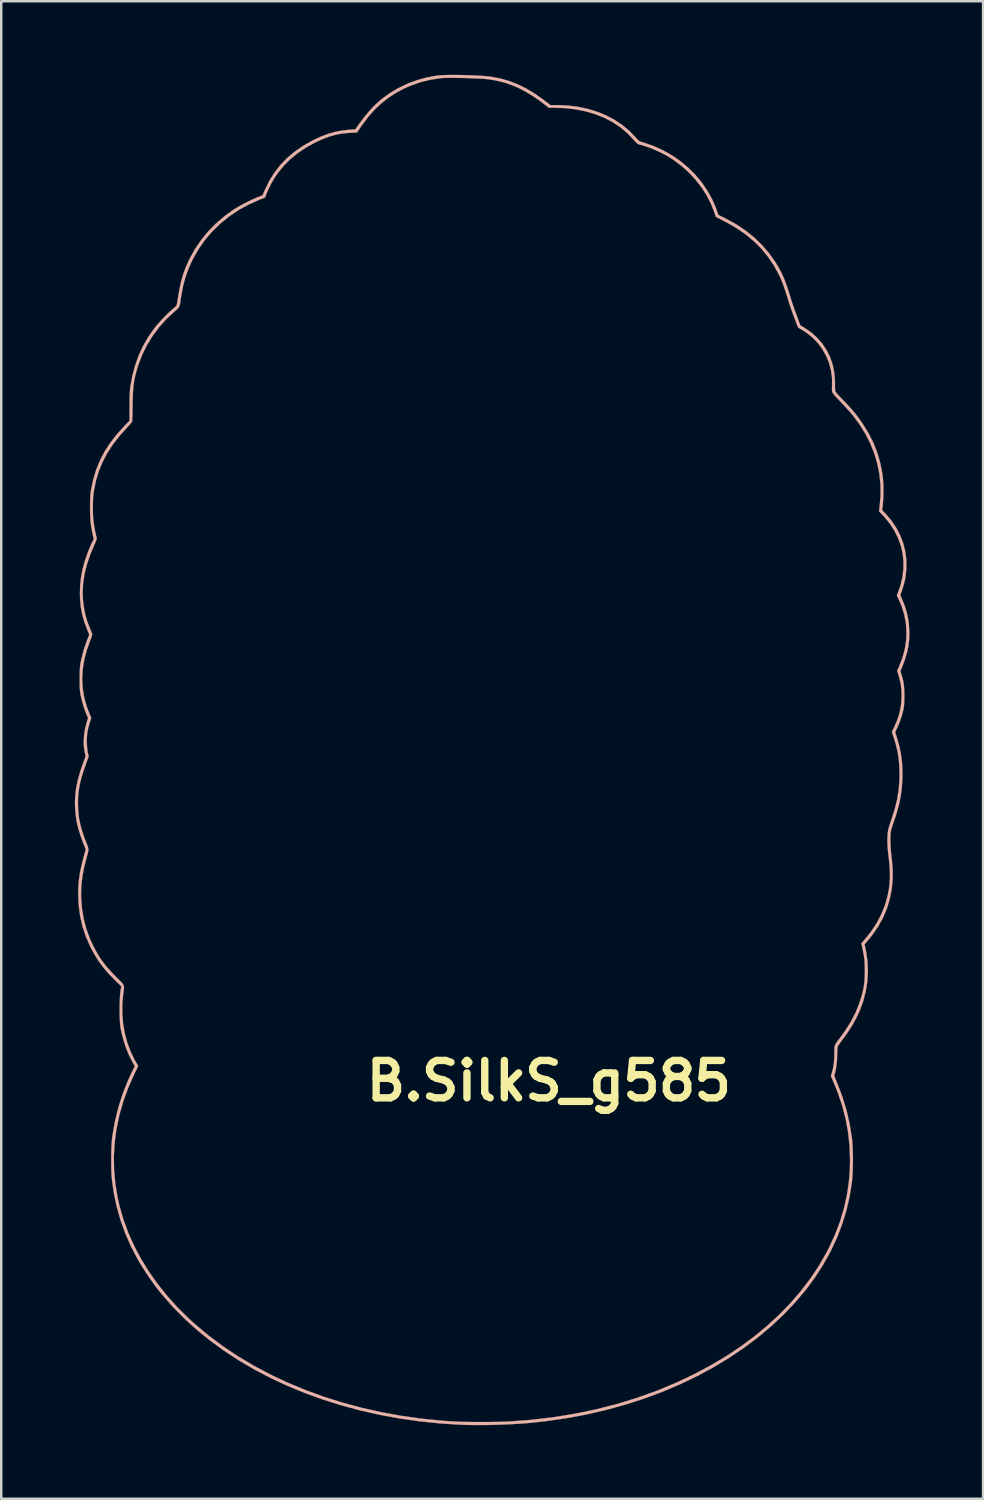
<source format=kicad_pcb>
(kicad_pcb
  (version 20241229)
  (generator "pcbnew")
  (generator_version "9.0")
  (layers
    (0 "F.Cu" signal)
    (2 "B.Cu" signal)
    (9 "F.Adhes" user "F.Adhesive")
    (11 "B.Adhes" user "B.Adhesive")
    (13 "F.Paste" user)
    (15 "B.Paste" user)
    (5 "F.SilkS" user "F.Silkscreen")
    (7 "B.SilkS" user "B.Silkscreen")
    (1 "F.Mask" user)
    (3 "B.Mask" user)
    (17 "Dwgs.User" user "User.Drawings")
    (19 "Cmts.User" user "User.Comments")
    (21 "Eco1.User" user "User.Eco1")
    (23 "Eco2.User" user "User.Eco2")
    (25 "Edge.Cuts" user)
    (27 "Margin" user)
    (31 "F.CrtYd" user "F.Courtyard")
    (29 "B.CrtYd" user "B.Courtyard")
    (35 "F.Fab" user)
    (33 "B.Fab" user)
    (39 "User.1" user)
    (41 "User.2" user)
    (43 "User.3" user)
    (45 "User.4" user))
  (footprint "B.SilkS_g585"
    (layer "F.Cu")
    (at 19.321 41.007)
    (property "Reference" "B.SilkS_g585" (at 0 0 0) (layer "F.SilkS") (effects (font (size 1.524 1.524) (thickness 0.3))))
    (attr through_hole)
    (fp_poly (pts (xy -3.639 -41) (xy -3.411 -40.995) (xy -3.183 -40.988) (xy -2.963 -40.978) (xy -2.756 -40.967) (xy -2.569 -40.952) (xy -2.411 -40.936) (xy -2.321 -40.924) (xy -1.956 -40.852) (xy -1.604 -40.75) (xy -1.261 -40.616) (xy -0.922 -40.449) (xy -0.583 -40.245) (xy -0.239 -40.004) (xy -0.157 -39.942) (xy 0.062 -39.772) (xy 0.345 -39.772) (xy 0.778 -39.755) (xy 1.197 -39.702) (xy 1.6 -39.616) (xy 1.984 -39.497) (xy 2.348 -39.347) (xy 2.688 -39.165) (xy 3.002 -38.954) (xy 3.289 -38.714) (xy 3.539 -38.452) (xy 3.6 -38.383) (xy 3.647 -38.336) (xy 3.692 -38.304) (xy 3.748 -38.28) (xy 3.828 -38.254) (xy 3.867 -38.243) (xy 4.27 -38.104) (xy 4.656 -37.93) (xy 5.022 -37.722) (xy 5.365 -37.484) (xy 5.685 -37.217) (xy 5.977 -36.924) (xy 6.239 -36.608) (xy 6.47 -36.269) (xy 6.666 -35.912) (xy 6.825 -35.537) (xy 6.839 -35.496) (xy 6.91 -35.295) (xy 7.224 -35.14) (xy 7.638 -34.912) (xy 8.022 -34.655) (xy 8.375 -34.37) (xy 8.697 -34.058) (xy 8.986 -33.719) (xy 9.243 -33.354) (xy 9.311 -33.242) (xy 9.401 -33.086) (xy 9.481 -32.931) (xy 9.556 -32.769) (xy 9.628 -32.594) (xy 9.699 -32.4) (xy 9.772 -32.18) (xy 9.85 -31.927) (xy 9.875 -31.845) (xy 9.9 -31.766) (xy 9.936 -31.656) (xy 9.982 -31.527) (xy 10.032 -31.386) (xy 10.083 -31.245) (xy 10.09 -31.226) (xy 10.249 -30.798) (xy 10.411 -30.7) (xy 10.689 -30.508) (xy 10.934 -30.29) (xy 11.146 -30.048) (xy 11.322 -29.783) (xy 11.463 -29.498) (xy 11.567 -29.193) (xy 11.633 -28.871) (xy 11.661 -28.534) (xy 11.661 -28.417) (xy 11.661 -28.28) (xy 11.665 -28.182) (xy 11.674 -28.117) (xy 11.684 -28.087) (xy 11.707 -28.057) (xy 11.755 -28.001) (xy 11.822 -27.927) (xy 11.905 -27.838) (xy 11.998 -27.741) (xy 12.021 -27.717) (xy 12.186 -27.545) (xy 12.326 -27.391) (xy 12.449 -27.247) (xy 12.562 -27.105) (xy 12.672 -26.955) (xy 12.787 -26.789) (xy 12.805 -26.761) (xy 13.04 -26.378) (xy 13.234 -25.99) (xy 13.389 -25.593) (xy 13.508 -25.183) (xy 13.591 -24.756) (xy 13.601 -24.691) (xy 13.619 -24.517) (xy 13.631 -24.314) (xy 13.635 -24.096) (xy 13.633 -23.876) (xy 13.624 -23.668) (xy 13.61 -23.5) (xy 13.583 -23.261) (xy 13.72 -23.119) (xy 13.956 -22.844) (xy 14.155 -22.55) (xy 14.317 -22.241) (xy 14.441 -21.919) (xy 14.525 -21.586) (xy 14.569 -21.244) (xy 14.573 -20.897) (xy 14.535 -20.547) (xy 14.521 -20.467) (xy 14.5 -20.369) (xy 14.471 -20.256) (xy 14.437 -20.139) (xy 14.403 -20.026) (xy 14.37 -19.93) (xy 14.342 -19.859) (xy 14.332 -19.838) (xy 14.331 -19.798) (xy 14.355 -19.724) (xy 14.393 -19.634) (xy 14.522 -19.314) (xy 14.614 -18.995) (xy 14.669 -18.667) (xy 14.691 -18.321) (xy 14.692 -18.251) (xy 14.683 -17.986) (xy 14.654 -17.734) (xy 14.604 -17.486) (xy 14.529 -17.229) (xy 14.429 -16.953) (xy 14.423 -16.937) (xy 14.327 -16.698) (xy 14.37 -16.567) (xy 14.414 -16.418) (xy 14.447 -16.278) (xy 14.469 -16.134) (xy 14.482 -15.975) (xy 14.488 -15.791) (xy 14.488 -15.695) (xy 14.487 -15.528) (xy 14.482 -15.394) (xy 14.474 -15.284) (xy 14.461 -15.189) (xy 14.45 -15.134) (xy 14.379 -14.861) (xy 14.282 -14.587) (xy 14.2 -14.399) (xy 14.113 -14.216) (xy 14.191 -13.971) (xy 14.284 -13.642) (xy 14.35 -13.32) (xy 14.392 -12.993) (xy 14.41 -12.65) (xy 14.409 -12.343) (xy 14.387 -11.966) (xy 14.34 -11.605) (xy 14.267 -11.249) (xy 14.165 -10.884) (xy 14.096 -10.675) (xy 14.042 -10.521) (xy 14.001 -10.4) (xy 13.97 -10.303) (xy 13.949 -10.223) (xy 13.934 -10.151) (xy 13.926 -10.081) (xy 13.922 -10.004) (xy 13.921 -9.913) (xy 13.92 -9.811) (xy 13.927 -9.548) (xy 13.947 -9.291) (xy 13.968 -9.123) (xy 14.011 -8.678) (xy 14.014 -8.248) (xy 13.976 -7.831) (xy 13.899 -7.429) (xy 13.782 -7.041) (xy 13.625 -6.666) (xy 13.428 -6.306) (xy 13.191 -5.96) (xy 13.036 -5.766) (xy 12.869 -5.568) (xy 12.922 -5.306) (xy 12.984 -4.894) (xy 13.004 -4.482) (xy 12.982 -4.07) (xy 12.917 -3.659) (xy 12.811 -3.252) (xy 12.793 -3.196) (xy 12.671 -2.868) (xy 12.524 -2.551) (xy 12.347 -2.236) (xy 12.136 -1.917) (xy 12.008 -1.74) (xy 11.937 -1.644) (xy 11.873 -1.556) (xy 11.821 -1.483) (xy 11.788 -1.433) (xy 11.78 -1.419) (xy 11.766 -1.377) (xy 11.757 -1.308) (xy 11.752 -1.207) (xy 11.75 -1.069) (xy 11.75 -1.056) (xy 11.745 -0.873) (xy 11.729 -0.691) (xy 11.705 -0.52) (xy 11.675 -0.371) (xy 11.642 -0.266) (xy 11.636 -0.236) (xy 11.641 -0.196) (xy 11.659 -0.138) (xy 11.691 -0.055) (xy 11.725 0.027) (xy 11.943 0.585) (xy 12.119 1.151) (xy 12.254 1.725) (xy 12.349 2.31) (xy 12.354 2.349) (xy 12.371 2.523) (xy 12.383 2.728) (xy 12.39 2.955) (xy 12.393 3.194) (xy 12.391 3.434) (xy 12.385 3.666) (xy 12.374 3.879) (xy 12.359 4.063) (xy 12.354 4.106) (xy 12.261 4.695) (xy 12.128 5.273) (xy 11.953 5.841) (xy 11.739 6.398) (xy 11.484 6.943) (xy 11.188 7.475) (xy 10.854 7.996) (xy 10.479 8.503) (xy 10.065 8.997) (xy 9.616 9.473) (xy 9.098 9.964) (xy 8.546 10.429) (xy 7.962 10.87) (xy 7.347 11.285) (xy 6.704 11.674) (xy 6.034 12.035) (xy 5.338 12.368) (xy 4.618 12.673) (xy 3.875 12.949) (xy 3.111 13.195) (xy 2.327 13.411) (xy 1.526 13.596) (xy 0.708 13.748) (xy -0.125 13.868) (xy -0.762 13.937) (xy -1.097 13.965) (xy -1.458 13.987) (xy -1.835 14.005) (xy -2.22 14.018) (xy -2.601 14.025) (xy -2.969 14.026) (xy -3.314 14.022) (xy -3.604 14.013) (xy -4.448 13.958) (xy -5.28 13.872) (xy -6.099 13.755) (xy -6.902 13.607) (xy -7.69 13.429) (xy -8.459 13.222) (xy -9.21 12.986) (xy -9.939 12.722) (xy -10.647 12.431) (xy -11.331 12.112) (xy -11.991 11.768) (xy -12.624 11.398) (xy -13.229 11.003) (xy -13.805 10.584) (xy -14.35 10.142) (xy -14.864 9.676) (xy -15.344 9.188) (xy -15.789 8.678) (xy -15.95 8.477) (xy -16.054 8.34) (xy -16.172 8.176) (xy -16.297 7.994) (xy -16.424 7.806) (xy -16.544 7.62) (xy -16.653 7.446) (xy -16.743 7.296) (xy -16.745 7.292) (xy -17.024 6.762) (xy -17.263 6.217) (xy -17.463 5.659) (xy -17.623 5.09) (xy -17.741 4.51) (xy -17.813 3.979) (xy -17.825 3.818) (xy -17.834 3.627) (xy -17.839 3.416) (xy -17.839 3.194) (xy -17.836 2.97) (xy -17.83 2.753) (xy -17.82 2.552) (xy -17.806 2.376) (xy -17.792 2.254) (xy -17.688 1.66) (xy -17.545 1.078) (xy -17.364 0.512) (xy -17.146 -0.037) (xy -16.968 -0.419) (xy -16.876 -0.603) (xy -16.987 -0.801) (xy -17.122 -1.069) (xy -17.243 -1.37) (xy -17.347 -1.695) (xy -17.431 -2.035) (xy -17.456 -2.159) (xy -17.47 -2.262) (xy -17.481 -2.399) (xy -17.489 -2.561) (xy -17.493 -2.74) (xy -17.495 -2.927) (xy -17.493 -3.113) (xy -17.488 -3.291) (xy -17.48 -3.451) (xy -17.469 -3.586) (xy -17.459 -3.659) (xy -17.426 -3.857) (xy -17.69 -4.114) (xy -17.942 -4.372) (xy -18.16 -4.626) (xy -18.351 -4.886) (xy -18.524 -5.162) (xy -18.685 -5.463) (xy -18.69 -5.472) (xy -18.868 -5.877) (xy -19.006 -6.292) (xy -19.104 -6.718) (xy -19.163 -7.158) (xy -19.183 -7.613) (xy -19.183 -7.62) (xy -19.179 -7.85) (xy -19.167 -8.067) (xy -19.143 -8.279) (xy -19.108 -8.497) (xy -19.06 -8.73) (xy -18.997 -8.988) (xy -18.963 -9.116) (xy -18.876 -9.437) (xy -18.986 -9.716) (xy -19.09 -9.998) (xy -19.171 -10.258) (xy -19.232 -10.509) (xy -19.275 -10.762) (xy -19.303 -11.031) (xy -19.305 -11.049) (xy -19.315 -11.321) (xy -19.194 -11.321) (xy -19.188 -11.112) (xy -19.175 -10.909) (xy -19.154 -10.728) (xy -19.146 -10.679) (xy -19.093 -10.43) (xy -19.02 -10.167) (xy -18.931 -9.906) (xy -18.888 -9.795) (xy -18.838 -9.673) (xy -18.802 -9.58) (xy -18.78 -9.507) (xy -18.77 -9.444) (xy -18.772 -9.382) (xy -18.786 -9.31) (xy -18.81 -9.22) (xy -18.837 -9.124) (xy -18.938 -8.73) (xy -19.009 -8.359) (xy -19.052 -8.004) (xy -19.068 -7.659) (xy -19.064 -7.451) (xy -19.028 -7.009) (xy -18.957 -6.587) (xy -18.848 -6.18) (xy -18.702 -5.785) (xy -18.583 -5.526) (xy -18.456 -5.284) (xy -18.327 -5.065) (xy -18.188 -4.862) (xy -18.034 -4.664) (xy -17.857 -4.464) (xy -17.651 -4.251) (xy -17.639 -4.239) (xy -17.531 -4.131) (xy -17.448 -4.048) (xy -17.388 -3.982) (xy -17.349 -3.927) (xy -17.326 -3.875) (xy -17.317 -3.82) (xy -17.32 -3.756) (xy -17.33 -3.674) (xy -17.346 -3.569) (xy -17.346 -3.567) (xy -17.385 -3.162) (xy -17.388 -2.756) (xy -17.356 -2.353) (xy -17.289 -1.958) (xy -17.189 -1.576) (xy -17.056 -1.212) (xy -16.892 -0.87) (xy -16.816 -0.739) (xy -16.738 -0.61) (xy -16.898 -0.279) (xy -17.142 0.272) (xy -17.344 0.826) (xy -17.504 1.382) (xy -17.621 1.941) (xy -17.697 2.501) (xy -17.731 3.063) (xy -17.722 3.626) (xy -17.671 4.19) (xy -17.578 4.755) (xy -17.495 5.122) (xy -17.336 5.668) (xy -17.137 6.208) (xy -16.897 6.74) (xy -16.618 7.263) (xy -16.302 7.776) (xy -15.948 8.276) (xy -15.558 8.762) (xy -15.134 9.233) (xy -14.675 9.687) (xy -14.446 9.896) (xy -13.89 10.363) (xy -13.301 10.804) (xy -12.681 11.218) (xy -12.032 11.605) (xy -11.356 11.965) (xy -10.654 12.296) (xy -9.927 12.598) (xy -9.178 12.871) (xy -8.409 13.114) (xy -7.619 13.326) (xy -6.812 13.506) (xy -5.989 13.655) (xy -5.151 13.771) (xy -4.301 13.853) (xy -3.852 13.883) (xy -3.706 13.89) (xy -3.525 13.895) (xy -3.317 13.899) (xy -3.091 13.901) (xy -2.853 13.903) (xy -2.613 13.903) (xy -2.377 13.901) (xy -2.153 13.899) (xy -1.95 13.895) (xy -1.775 13.89) (xy -1.662 13.885) (xy -0.738 13.816) (xy 0.166 13.711) (xy 1.052 13.568) (xy 1.917 13.389) (xy 2.763 13.173) (xy 3.588 12.921) (xy 4.393 12.633) (xy 5.176 12.308) (xy 5.938 11.947) (xy 6.646 11.567) (xy 7.257 11.202) (xy 7.838 10.813) (xy 8.389 10.403) (xy 8.909 9.972) (xy 9.397 9.521) (xy 9.851 9.053) (xy 10.269 8.569) (xy 10.651 8.069) (xy 10.995 7.555) (xy 11.3 7.028) (xy 11.419 6.798) (xy 11.662 6.27) (xy 11.863 5.744) (xy 12.023 5.216) (xy 12.144 4.683) (xy 12.226 4.142) (xy 12.269 3.59) (xy 12.276 3.223) (xy 12.257 2.655) (xy 12.197 2.099) (xy 12.098 1.552) (xy 11.957 1.011) (xy 11.775 0.474) (xy 11.632 0.117) (xy 11.495 -0.202) (xy 11.538 -0.339) (xy 11.585 -0.527) (xy 11.618 -0.741) (xy 11.636 -0.966) (xy 11.638 -1.152) (xy 11.636 -1.255) (xy 11.638 -1.334) (xy 11.646 -1.399) (xy 11.665 -1.458) (xy 11.696 -1.519) (xy 11.744 -1.591) (xy 11.812 -1.683) (xy 11.872 -1.761) (xy 12.118 -2.106) (xy 12.327 -2.445) (xy 12.5 -2.782) (xy 12.641 -3.124) (xy 12.753 -3.475) (xy 12.782 -3.588) (xy 12.819 -3.749) (xy 12.846 -3.9) (xy 12.863 -4.051) (xy 12.874 -4.216) (xy 12.878 -4.406) (xy 12.879 -4.487) (xy 12.877 -4.669) (xy 12.871 -4.822) (xy 12.86 -4.96) (xy 12.842 -5.095) (xy 12.815 -5.242) (xy 12.782 -5.402) (xy 12.736 -5.607) (xy 12.864 -5.751) (xy 13.129 -6.08) (xy 13.357 -6.423) (xy 13.545 -6.78) (xy 13.693 -7.149) (xy 13.747 -7.324) (xy 13.81 -7.566) (xy 13.857 -7.8) (xy 13.887 -8.033) (xy 13.902 -8.273) (xy 13.901 -8.527) (xy 13.884 -8.803) (xy 13.853 -9.107) (xy 13.832 -9.271) (xy 13.819 -9.391) (xy 13.808 -9.535) (xy 13.801 -9.684) (xy 13.799 -9.811) (xy 13.801 -9.939) (xy 13.807 -10.051) (xy 13.819 -10.153) (xy 13.839 -10.257) (xy 13.869 -10.371) (xy 13.911 -10.504) (xy 13.966 -10.665) (xy 13.978 -10.7) (xy 14.101 -11.085) (xy 14.192 -11.456) (xy 14.253 -11.823) (xy 14.286 -12.197) (xy 14.294 -12.488) (xy 14.286 -12.823) (xy 14.259 -13.132) (xy 14.212 -13.428) (xy 14.141 -13.723) (xy 14.05 -14.018) (xy 13.98 -14.225) (xy 14.079 -14.426) (xy 14.21 -14.731) (xy 14.302 -15.034) (xy 14.357 -15.343) (xy 14.377 -15.667) (xy 14.378 -15.716) (xy 14.371 -15.923) (xy 14.353 -16.107) (xy 14.32 -16.286) (xy 14.27 -16.479) (xy 14.253 -16.536) (xy 14.196 -16.721) (xy 14.264 -16.867) (xy 14.404 -17.22) (xy 14.504 -17.576) (xy 14.562 -17.934) (xy 14.578 -18.292) (xy 14.553 -18.649) (xy 14.487 -19.002) (xy 14.38 -19.349) (xy 14.275 -19.597) (xy 14.183 -19.794) (xy 14.235 -19.918) (xy 14.339 -20.215) (xy 14.411 -20.528) (xy 14.449 -20.848) (xy 14.454 -21.168) (xy 14.424 -21.48) (xy 14.359 -21.776) (xy 14.359 -21.778) (xy 14.243 -22.108) (xy 14.089 -22.42) (xy 13.897 -22.716) (xy 13.666 -22.998) (xy 13.613 -23.056) (xy 13.456 -23.22) (xy 13.481 -23.405) (xy 13.52 -23.852) (xy 13.518 -24.295) (xy 13.473 -24.732) (xy 13.388 -25.162) (xy 13.262 -25.584) (xy 13.095 -25.998) (xy 12.889 -26.401) (xy 12.642 -26.792) (xy 12.395 -27.122) (xy 12.326 -27.206) (xy 12.234 -27.31) (xy 12.129 -27.426) (xy 12.019 -27.545) (xy 11.914 -27.656) (xy 11.819 -27.756) (xy 11.731 -27.851) (xy 11.658 -27.933) (xy 11.602 -27.999) (xy 11.57 -28.042) (xy 11.566 -28.048) (xy 11.549 -28.092) (xy 11.539 -28.143) (xy 11.538 -28.214) (xy 11.543 -28.31) (xy 11.543 -28.633) (xy 11.503 -28.947) (xy 11.425 -29.251) (xy 11.31 -29.54) (xy 11.159 -29.811) (xy 10.975 -30.062) (xy 10.759 -30.289) (xy 10.512 -30.489) (xy 10.323 -30.611) (xy 10.253 -30.652) (xy 10.198 -30.684) (xy 10.167 -30.702) (xy 10.164 -30.704) (xy 10.153 -30.726) (xy 10.13 -30.781) (xy 10.098 -30.864) (xy 10.059 -30.967) (xy 10.015 -31.085) (xy 9.968 -31.211) (xy 9.922 -31.339) (xy 9.878 -31.463) (xy 9.838 -31.575) (xy 9.806 -31.67) (xy 9.782 -31.742) (xy 9.78 -31.75) (xy 9.71 -31.979) (xy 9.648 -32.172) (xy 9.593 -32.337) (xy 9.542 -32.48) (xy 9.492 -32.607) (xy 9.442 -32.724) (xy 9.39 -32.837) (xy 9.377 -32.862) (xy 9.171 -33.239) (xy 8.935 -33.589) (xy 8.67 -33.913) (xy 8.373 -34.212) (xy 8.042 -34.488) (xy 7.677 -34.743) (xy 7.275 -34.977) (xy 7.155 -35.04) (xy 6.804 -35.219) (xy 6.754 -35.373) (xy 6.619 -35.729) (xy 6.444 -36.075) (xy 6.232 -36.408) (xy 5.987 -36.725) (xy 5.71 -37.023) (xy 5.404 -37.298) (xy 5.072 -37.546) (xy 4.989 -37.602) (xy 4.786 -37.724) (xy 4.561 -37.841) (xy 4.323 -37.95) (xy 4.086 -38.046) (xy 3.86 -38.122) (xy 3.712 -38.162) (xy 3.661 -38.176) (xy 3.618 -38.197) (xy 3.576 -38.23) (xy 3.525 -38.282) (xy 3.457 -38.361) (xy 3.201 -38.629) (xy 2.917 -38.869) (xy 2.604 -39.077) (xy 2.264 -39.256) (xy 1.899 -39.402) (xy 1.51 -39.517) (xy 1.098 -39.6) (xy 0.664 -39.65) (xy 0.217 -39.666) (xy -0.005 -39.666) (xy -0.188 -39.812) (xy -0.377 -39.954) (xy -0.589 -40.1) (xy -0.809 -40.239) (xy -1.022 -40.363) (xy -1.134 -40.423) (xy -1.45 -40.567) (xy -1.773 -40.681) (xy -2.115 -40.767) (xy -2.417 -40.821) (xy -2.516 -40.832) (xy -2.649 -40.843) (xy -2.809 -40.853) (xy -2.99 -40.861) (xy -3.185 -40.869) (xy -3.387 -40.876) (xy -3.59 -40.881) (xy -3.786 -40.884) (xy -3.969 -40.885) (xy -4.132 -40.884) (xy -4.268 -40.881) (xy -4.371 -40.876) (xy -4.392 -40.874) (xy -4.829 -40.808) (xy -5.252 -40.703) (xy -5.66 -40.557) (xy -5.884 -40.458) (xy -6.224 -40.278) (xy -6.537 -40.075) (xy -6.829 -39.846) (xy -7.103 -39.586) (xy -7.364 -39.292) (xy -7.614 -38.96) (xy -7.684 -38.86) (xy -7.821 -38.656) (xy -8.117 -38.643) (xy -8.396 -38.619) (xy -8.666 -38.571) (xy -8.936 -38.496) (xy -9.215 -38.392) (xy -9.51 -38.256) (xy -9.53 -38.247) (xy -9.898 -38.044) (xy -10.229 -37.823) (xy -10.527 -37.581) (xy -10.795 -37.314) (xy -11.034 -37.022) (xy -11.161 -36.841) (xy -11.242 -36.709) (xy -11.325 -36.559) (xy -11.405 -36.402) (xy -11.474 -36.253) (xy -11.525 -36.124) (xy -11.527 -36.118) (xy -11.566 -36.009) (xy -11.82 -35.908) (xy -12.251 -35.715) (xy -12.657 -35.489) (xy -13.038 -35.232) (xy -13.391 -34.945) (xy -13.715 -34.63) (xy -14.008 -34.288) (xy -14.268 -33.92) (xy -14.494 -33.529) (xy -14.543 -33.433) (xy -14.69 -33.103) (xy -14.81 -32.77) (xy -14.904 -32.423) (xy -14.976 -32.052) (xy -14.997 -31.919) (xy -15.016 -31.785) (xy -15.033 -31.684) (xy -15.051 -31.609) (xy -15.074 -31.551) (xy -15.106 -31.503) (xy -15.15 -31.456) (xy -15.211 -31.403) (xy -15.246 -31.373) (xy -15.58 -31.063) (xy -15.881 -30.728) (xy -16.149 -30.37) (xy -16.381 -29.992) (xy -16.576 -29.596) (xy -16.733 -29.184) (xy -16.741 -29.159) (xy -16.801 -28.963) (xy -16.85 -28.783) (xy -16.888 -28.612) (xy -16.918 -28.439) (xy -16.939 -28.259) (xy -16.953 -28.061) (xy -16.962 -27.839) (xy -16.967 -27.583) (xy -16.967 -27.562) (xy -16.969 -27.402) (xy -16.971 -27.253) (xy -16.974 -27.121) (xy -16.978 -27.013) (xy -16.981 -26.934) (xy -16.985 -26.89) (xy -16.986 -26.886) (xy -17.006 -26.85) (xy -17.049 -26.792) (xy -17.11 -26.72) (xy -17.183 -26.642) (xy -17.186 -26.639) (xy -17.496 -26.296) (xy -17.766 -25.949) (xy -17.996 -25.596) (xy -18.187 -25.234) (xy -18.341 -24.861) (xy -18.458 -24.474) (xy -18.541 -24.071) (xy -18.564 -23.908) (xy -18.575 -23.785) (xy -18.582 -23.632) (xy -18.586 -23.461) (xy -18.586 -23.284) (xy -18.583 -23.111) (xy -18.575 -22.957) (xy -18.564 -22.831) (xy -18.564 -22.828) (xy -18.55 -22.724) (xy -18.531 -22.605) (xy -18.509 -22.482) (xy -18.486 -22.364) (xy -18.464 -22.261) (xy -18.445 -22.182) (xy -18.434 -22.145) (xy -18.43 -22.115) (xy -18.437 -22.072) (xy -18.459 -22.009) (xy -18.496 -21.92) (xy -18.524 -21.859) (xy -18.698 -21.444) (xy -18.832 -21.042) (xy -18.928 -20.651) (xy -18.985 -20.268) (xy -19.003 -19.892) (xy -18.984 -19.519) (xy -18.926 -19.149) (xy -18.869 -18.908) (xy -18.844 -18.821) (xy -18.814 -18.731) (xy -18.777 -18.628) (xy -18.73 -18.507) (xy -18.67 -18.36) (xy -18.622 -18.244) (xy -18.614 -18.214) (xy -18.616 -18.176) (xy -18.63 -18.122) (xy -18.659 -18.043) (xy -18.685 -17.98) (xy -18.831 -17.572) (xy -18.936 -17.172) (xy -19 -16.779) (xy -19.022 -16.391) (xy -19.002 -16.01) (xy -18.94 -15.633) (xy -18.837 -15.26) (xy -18.705 -14.919) (xy -18.651 -14.798) (xy -18.711 -14.611) (xy -18.771 -14.405) (xy -18.81 -14.218) (xy -18.83 -14.033) (xy -18.834 -13.836) (xy -18.832 -13.758) (xy -18.825 -13.637) (xy -18.814 -13.521) (xy -18.802 -13.423) (xy -18.788 -13.356) (xy -18.755 -13.24) (xy -18.83 -13.028) (xy -18.913 -12.792) (xy -18.981 -12.588) (xy -19.037 -12.409) (xy -19.081 -12.249) (xy -19.116 -12.101) (xy -19.143 -11.957) (xy -19.165 -11.811) (xy -19.179 -11.695) (xy -19.191 -11.521) (xy -19.194 -11.321) (xy -19.315 -11.321) (xy -19.316 -11.346) (xy -19.303 -11.641) (xy -19.266 -11.94) (xy -19.202 -12.25) (xy -19.111 -12.578) (xy -18.992 -12.929) (xy -18.983 -12.951) (xy -18.879 -13.234) (xy -18.916 -13.396) (xy -18.949 -13.606) (xy -18.958 -13.841) (xy -18.943 -14.09) (xy -18.904 -14.344) (xy -18.843 -14.592) (xy -18.829 -14.639) (xy -18.78 -14.794) (xy -18.831 -14.904) (xy -18.883 -15.03) (xy -18.938 -15.185) (xy -18.991 -15.355) (xy -19.038 -15.528) (xy -19.076 -15.689) (xy -19.076 -15.692) (xy -19.093 -15.777) (xy -19.105 -15.856) (xy -19.113 -15.937) (xy -19.119 -16.029) (xy -19.122 -16.14) (xy -19.123 -16.279) (xy -19.123 -16.404) (xy -19.122 -16.565) (xy -19.12 -16.692) (xy -19.116 -16.794) (xy -19.11 -16.88) (xy -19.1 -16.959) (xy -19.087 -17.039) (xy -19.069 -17.129) (xy -19.064 -17.151) (xy -18.96 -17.564) (xy -18.822 -17.962) (xy -18.805 -18.005) (xy -18.731 -18.189) (xy -18.803 -18.36) (xy -18.928 -18.687) (xy -19.018 -19.004) (xy -19.078 -19.323) (xy -19.108 -19.657) (xy -19.113 -19.886) (xy -19.103 -20.2) (xy -19.073 -20.492) (xy -19.021 -20.781) (xy -18.998 -20.881) (xy -18.93 -21.132) (xy -18.845 -21.393) (xy -18.749 -21.649) (xy -18.648 -21.885) (xy -18.608 -21.968) (xy -18.548 -22.087) (xy -18.587 -22.257) (xy -18.625 -22.436) (xy -18.654 -22.6) (xy -18.675 -22.758) (xy -18.688 -22.922) (xy -18.696 -23.103) (xy -18.699 -23.312) (xy -18.699 -23.379) (xy -18.699 -23.549) (xy -18.697 -23.686) (xy -18.692 -23.798) (xy -18.685 -23.896) (xy -18.675 -23.987) (xy -18.661 -24.082) (xy -18.65 -24.141) (xy -18.561 -24.548) (xy -18.442 -24.933) (xy -18.291 -25.3) (xy -18.107 -25.653) (xy -17.885 -25.995) (xy -17.626 -26.331) (xy -17.327 -26.665) (xy -17.314 -26.678) (xy -17.092 -26.908) (xy -17.09 -27.493) (xy -17.089 -27.669) (xy -17.086 -27.836) (xy -17.081 -27.987) (xy -17.075 -28.116) (xy -17.068 -28.214) (xy -17.063 -28.258) (xy -16.981 -28.717) (xy -16.867 -29.149) (xy -16.722 -29.557) (xy -16.544 -29.945) (xy -16.33 -30.317) (xy -16.102 -30.647) (xy -16.007 -30.766) (xy -15.891 -30.9) (xy -15.761 -31.042) (xy -15.626 -31.182) (xy -15.495 -31.311) (xy -15.376 -31.42) (xy -15.323 -31.466) (xy -15.256 -31.523) (xy -15.203 -31.574) (xy -15.172 -31.611) (xy -15.167 -31.619) (xy -15.16 -31.652) (xy -15.149 -31.718) (xy -15.133 -31.81) (xy -15.115 -31.92) (xy -15.103 -31.999) (xy -15.047 -32.319) (xy -14.981 -32.609) (xy -14.903 -32.878) (xy -14.807 -33.14) (xy -14.692 -33.403) (xy -14.647 -33.498) (xy -14.427 -33.898) (xy -14.172 -34.275) (xy -13.883 -34.628) (xy -13.559 -34.956) (xy -13.201 -35.26) (xy -12.869 -35.498) (xy -12.746 -35.576) (xy -12.595 -35.663) (xy -12.428 -35.753) (xy -12.256 -35.842) (xy -12.09 -35.922) (xy -11.94 -35.989) (xy -11.851 -36.025) (xy -11.668 -36.095) (xy -11.577 -36.309) (xy -11.401 -36.673) (xy -11.192 -37.011) (xy -10.948 -37.324) (xy -10.671 -37.613) (xy -10.359 -37.876) (xy -10.013 -38.114) (xy -9.633 -38.328) (xy -9.559 -38.365) (xy -9.268 -38.498) (xy -8.994 -38.601) (xy -8.728 -38.678) (xy -8.461 -38.731) (xy -8.182 -38.764) (xy -8.107 -38.769) (xy -7.885 -38.783) (xy -7.768 -38.953) (xy -7.541 -39.263) (xy -7.303 -39.548) (xy -7.058 -39.803) (xy -6.814 -40.02) (xy -6.49 -40.256) (xy -6.139 -40.465) (xy -5.764 -40.643) (xy -5.373 -40.789) (xy -4.971 -40.9) (xy -4.562 -40.974) (xy -4.53 -40.978) (xy -4.408 -40.989) (xy -4.251 -40.997) (xy -4.066 -41.001) (xy -3.859 -41.002) (xy -3.639 -41)) (stroke (width 0.01) (type solid)) (fill yes) (layer "B.SilkS")))
  (gr_rect
    (start -3 -3)
    (end 37.018 58.038)
    (stroke (width 0.1) (type default))
    (fill no)
    (layer "Edge.Cuts")))
</source>
